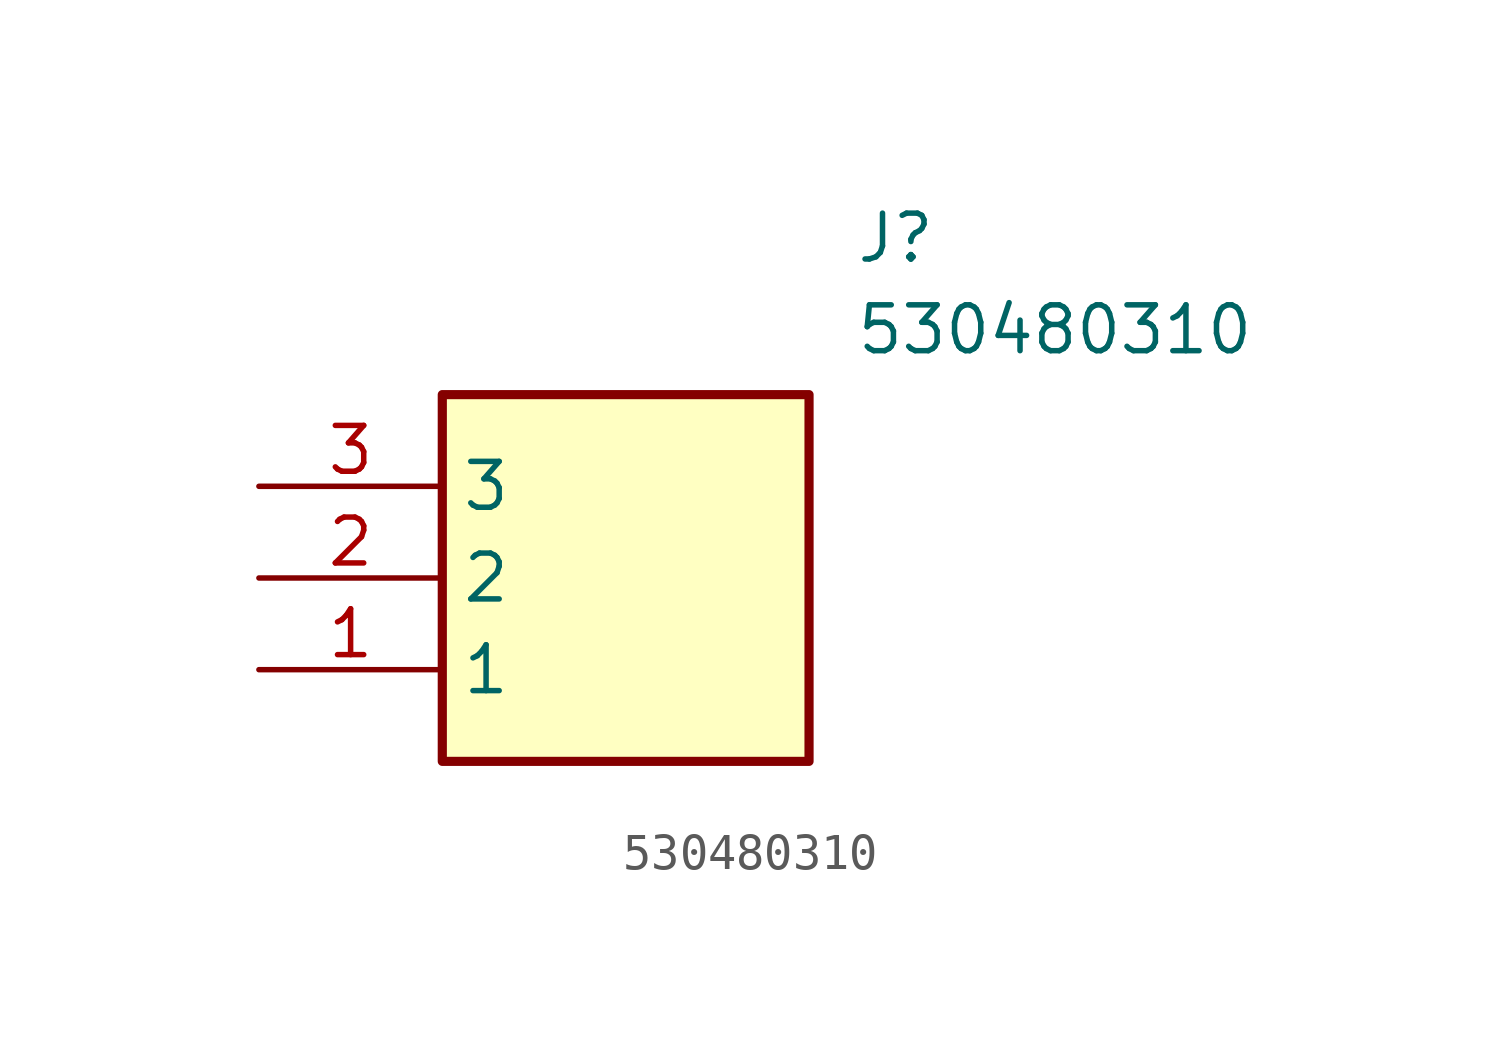
<source format=kicad_sym>
(kicad_symbol_lib
  (version 20220914)
  (generator kicad_symbol_editor)
  (symbol "530480310"
    (property "Reference" "J"
      (at 16.51 7.62 0)
      (effects (font (size 1.27 1.27)) (justify left top)))
    (property "Value" "530480310"
      (at 16.51 5.08 0)
      (effects (font (size 1.27 1.27)) (justify left top)))
    (symbol "530480310_1_1"
      (rectangle (start 5.08 2.54) (end 15.24 -7.62) (stroke (width 0.254) (type default)) (fill (type background)))
      (pin passive line (at 0 -5.08 0) (length 5.08) (name "1" (effects (font (size 1.27 1.27)))) (number "1" (effects (font (size 1.27 1.27)))))
      (pin passive line (at 0 -2.54 0) (length 5.08) (name "2" (effects (font (size 1.27 1.27)))) (number "2" (effects (font (size 1.27 1.27)))))
      (pin passive line (at 0 0 0) (length 5.08) (name "3" (effects (font (size 1.27 1.27)))) (number "3" (effects (font (size 1.27 1.27))))))))
</source>
